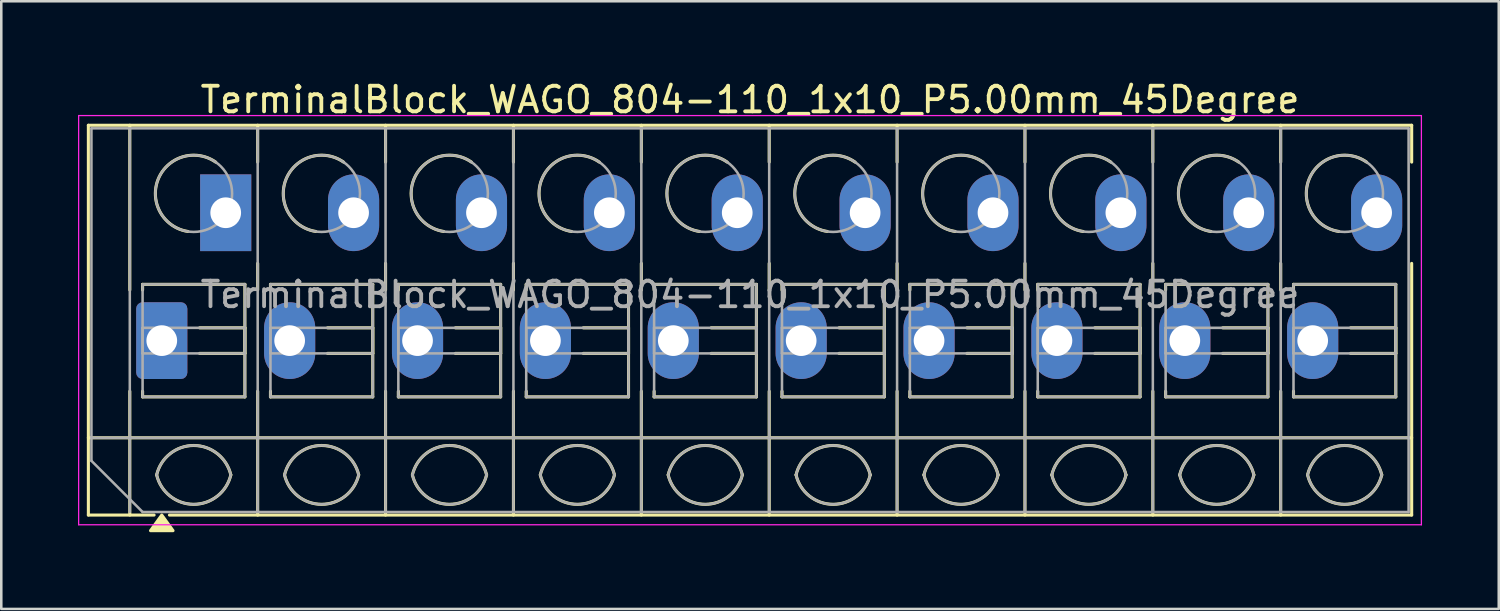
<source format=kicad_pcb>
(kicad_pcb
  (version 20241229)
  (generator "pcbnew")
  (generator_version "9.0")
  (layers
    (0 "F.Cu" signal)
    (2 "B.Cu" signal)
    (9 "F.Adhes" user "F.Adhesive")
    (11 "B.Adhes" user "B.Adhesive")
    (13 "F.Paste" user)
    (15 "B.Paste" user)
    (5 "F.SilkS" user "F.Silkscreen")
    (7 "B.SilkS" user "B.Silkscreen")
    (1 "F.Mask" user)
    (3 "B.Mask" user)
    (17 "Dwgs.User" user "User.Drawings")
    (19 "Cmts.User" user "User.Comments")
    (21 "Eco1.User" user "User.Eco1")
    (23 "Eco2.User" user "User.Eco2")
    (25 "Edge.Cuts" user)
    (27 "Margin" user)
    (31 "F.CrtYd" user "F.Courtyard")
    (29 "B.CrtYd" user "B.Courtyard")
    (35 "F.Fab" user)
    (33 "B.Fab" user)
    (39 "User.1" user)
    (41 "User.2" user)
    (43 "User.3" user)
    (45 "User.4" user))
  (footprint "TerminalBlock_WAGO_804-110_1x10_P5.00mm_45Degree"
    (layer "F.Cu")
    (at 3.275 10.268)
    (property "Reference" "TerminalBlock_WAGO_804-110_1x10_P5.00mm_45Degree" (at 23 -9.42 0) (layer "F.SilkS") (effects (font (size 1 1) (thickness 0.15))))
    (attr through_hole)
    (fp_line (start -2.87 -8.42) (end 48.87 -8.42) (stroke (width 0.12) (type solid)) (layer "F.SilkS"))
    (fp_line (start -2.87 3.8) (end 48.87 3.8) (stroke (width 0.12) (type solid)) (layer "F.SilkS"))
    (fp_line (start -2.87 6.82) (end -2.87 -8.42) (stroke (width 0.12) (type solid)) (layer "F.SilkS"))
    (fp_line (start -1.25 -8.42) (end -1.25 -1.98) (stroke (width 0.12) (type solid)) (layer "F.SilkS"))
    (fp_line (start -1.25 1.98) (end -1.25 6.82) (stroke (width 0.12) (type solid)) (layer "F.SilkS"))
    (fp_line (start -0.75 -2.2) (end 3.25 -2.2) (stroke (width 0.12) (type solid)) (layer "F.SilkS"))
    (fp_line (start -0.75 -1.98) (end -0.75 -2.2) (stroke (width 0.12) (type solid)) (layer "F.SilkS"))
    (fp_line (start -0.75 2.2) (end -0.75 1.98) (stroke (width 0.12) (type solid)) (layer "F.SilkS"))
    (fp_line (start -0.3 6.82) (end -2.87 6.82) (stroke (width 0.12) (type solid)) (layer "F.SilkS"))
    (fp_line (start 1.48 -0.5) (end 3.25 -0.5) (stroke (width 0.12) (type solid)) (layer "F.SilkS"))
    (fp_line (start 3.25 -2.2) (end 3.25 2.2) (stroke (width 0.12) (type solid)) (layer "F.SilkS"))
    (fp_line (start 3.25 -0.5) (end 3.25 0.5) (stroke (width 0.12) (type solid)) (layer "F.SilkS"))
    (fp_line (start 3.25 0.5) (end 1.48 0.5) (stroke (width 0.12) (type solid)) (layer "F.SilkS"))
    (fp_line (start 3.25 2.2) (end -0.75 2.2) (stroke (width 0.12) (type solid)) (layer "F.SilkS"))
    (fp_line (start 3.75 -8.42) (end 3.75 -6.98) (stroke (width 0.12) (type solid)) (layer "F.SilkS"))
    (fp_line (start 3.75 -3.02) (end 3.75 -1.98) (stroke (width 0.12) (type solid)) (layer "F.SilkS"))
    (fp_line (start 3.75 1.98) (end 3.75 6.82) (stroke (width 0.12) (type solid)) (layer "F.SilkS"))
    (fp_line (start 4.25 -2.2) (end 8.25 -2.2) (stroke (width 0.12) (type solid)) (layer "F.SilkS"))
    (fp_line (start 4.25 -1.98) (end 4.25 -2.2) (stroke (width 0.12) (type solid)) (layer "F.SilkS"))
    (fp_line (start 4.25 2.2) (end 4.25 1.98) (stroke (width 0.12) (type solid)) (layer "F.SilkS"))
    (fp_line (start 6.48 -0.5) (end 8.25 -0.5) (stroke (width 0.12) (type solid)) (layer "F.SilkS"))
    (fp_line (start 8.25 -2.2) (end 8.25 2.2) (stroke (width 0.12) (type solid)) (layer "F.SilkS"))
    (fp_line (start 8.25 -0.5) (end 8.25 0.5) (stroke (width 0.12) (type solid)) (layer "F.SilkS"))
    (fp_line (start 8.25 0.5) (end 6.48 0.5) (stroke (width 0.12) (type solid)) (layer "F.SilkS"))
    (fp_line (start 8.25 2.2) (end 4.25 2.2) (stroke (width 0.12) (type solid)) (layer "F.SilkS"))
    (fp_line (start 8.75 -8.42) (end 8.75 -6.98) (stroke (width 0.12) (type solid)) (layer "F.SilkS"))
    (fp_line (start 8.75 -3.02) (end 8.75 -1.98) (stroke (width 0.12) (type solid)) (layer "F.SilkS"))
    (fp_line (start 8.75 1.98) (end 8.75 6.82) (stroke (width 0.12) (type solid)) (layer "F.SilkS"))
    (fp_line (start 9.25 -2.2) (end 13.25 -2.2) (stroke (width 0.12) (type solid)) (layer "F.SilkS"))
    (fp_line (start 9.25 -1.98) (end 9.25 -2.2) (stroke (width 0.12) (type solid)) (layer "F.SilkS"))
    (fp_line (start 9.25 2.2) (end 9.25 1.98) (stroke (width 0.12) (type solid)) (layer "F.SilkS"))
    (fp_line (start 11.48 -0.5) (end 13.25 -0.5) (stroke (width 0.12) (type solid)) (layer "F.SilkS"))
    (fp_line (start 13.25 -2.2) (end 13.25 2.2) (stroke (width 0.12) (type solid)) (layer "F.SilkS"))
    (fp_line (start 13.25 -0.5) (end 13.25 0.5) (stroke (width 0.12) (type solid)) (layer "F.SilkS"))
    (fp_line (start 13.25 0.5) (end 11.48 0.5) (stroke (width 0.12) (type solid)) (layer "F.SilkS"))
    (fp_line (start 13.25 2.2) (end 9.25 2.2) (stroke (width 0.12) (type solid)) (layer "F.SilkS"))
    (fp_line (start 13.75 -8.42) (end 13.75 -6.98) (stroke (width 0.12) (type solid)) (layer "F.SilkS"))
    (fp_line (start 13.75 -3.02) (end 13.75 -1.98) (stroke (width 0.12) (type solid)) (layer "F.SilkS"))
    (fp_line (start 13.75 1.98) (end 13.75 6.82) (stroke (width 0.12) (type solid)) (layer "F.SilkS"))
    (fp_line (start 14.25 -2.2) (end 18.25 -2.2) (stroke (width 0.12) (type solid)) (layer "F.SilkS"))
    (fp_line (start 14.25 -1.98) (end 14.25 -2.2) (stroke (width 0.12) (type solid)) (layer "F.SilkS"))
    (fp_line (start 14.25 2.2) (end 14.25 1.98) (stroke (width 0.12) (type solid)) (layer "F.SilkS"))
    (fp_line (start 16.48 -0.5) (end 18.25 -0.5) (stroke (width 0.12) (type solid)) (layer "F.SilkS"))
    (fp_line (start 18.25 -2.2) (end 18.25 2.2) (stroke (width 0.12) (type solid)) (layer "F.SilkS"))
    (fp_line (start 18.25 -0.5) (end 18.25 0.5) (stroke (width 0.12) (type solid)) (layer "F.SilkS"))
    (fp_line (start 18.25 0.5) (end 16.48 0.5) (stroke (width 0.12) (type solid)) (layer "F.SilkS"))
    (fp_line (start 18.25 2.2) (end 14.25 2.2) (stroke (width 0.12) (type solid)) (layer "F.SilkS"))
    (fp_line (start 18.75 -8.42) (end 18.75 -6.98) (stroke (width 0.12) (type solid)) (layer "F.SilkS"))
    (fp_line (start 18.75 -3.02) (end 18.75 -1.98) (stroke (width 0.12) (type solid)) (layer "F.SilkS"))
    (fp_line (start 18.75 1.98) (end 18.75 6.82) (stroke (width 0.12) (type solid)) (layer "F.SilkS"))
    (fp_line (start 19.25 -2.2) (end 23.25 -2.2) (stroke (width 0.12) (type solid)) (layer "F.SilkS"))
    (fp_line (start 19.25 -1.98) (end 19.25 -2.2) (stroke (width 0.12) (type solid)) (layer "F.SilkS"))
    (fp_line (start 19.25 2.2) (end 19.25 1.98) (stroke (width 0.12) (type solid)) (layer "F.SilkS"))
    (fp_line (start 21.48 -0.5) (end 23.25 -0.5) (stroke (width 0.12) (type solid)) (layer "F.SilkS"))
    (fp_line (start 23.25 -2.2) (end 23.25 2.2) (stroke (width 0.12) (type solid)) (layer "F.SilkS"))
    (fp_line (start 23.25 -0.5) (end 23.25 0.5) (stroke (width 0.12) (type solid)) (layer "F.SilkS"))
    (fp_line (start 23.25 0.5) (end 21.48 0.5) (stroke (width 0.12) (type solid)) (layer "F.SilkS"))
    (fp_line (start 23.25 2.2) (end 19.25 2.2) (stroke (width 0.12) (type solid)) (layer "F.SilkS"))
    (fp_line (start 23.75 -8.42) (end 23.75 -6.98) (stroke (width 0.12) (type solid)) (layer "F.SilkS"))
    (fp_line (start 23.75 -3.02) (end 23.75 -1.98) (stroke (width 0.12) (type solid)) (layer "F.SilkS"))
    (fp_line (start 23.75 1.98) (end 23.75 6.82) (stroke (width 0.12) (type solid)) (layer "F.SilkS"))
    (fp_line (start 24.25 -2.2) (end 28.25 -2.2) (stroke (width 0.12) (type solid)) (layer "F.SilkS"))
    (fp_line (start 24.25 -1.98) (end 24.25 -2.2) (stroke (width 0.12) (type solid)) (layer "F.SilkS"))
    (fp_line (start 24.25 2.2) (end 24.25 1.98) (stroke (width 0.12) (type solid)) (layer "F.SilkS"))
    (fp_line (start 26.48 -0.5) (end 28.25 -0.5) (stroke (width 0.12) (type solid)) (layer "F.SilkS"))
    (fp_line (start 28.25 -2.2) (end 28.25 2.2) (stroke (width 0.12) (type solid)) (layer "F.SilkS"))
    (fp_line (start 28.25 -0.5) (end 28.25 0.5) (stroke (width 0.12) (type solid)) (layer "F.SilkS"))
    (fp_line (start 28.25 0.5) (end 26.48 0.5) (stroke (width 0.12) (type solid)) (layer "F.SilkS"))
    (fp_line (start 28.25 2.2) (end 24.25 2.2) (stroke (width 0.12) (type solid)) (layer "F.SilkS"))
    (fp_line (start 28.75 -8.42) (end 28.75 -6.98) (stroke (width 0.12) (type solid)) (layer "F.SilkS"))
    (fp_line (start 28.75 -3.02) (end 28.75 -1.98) (stroke (width 0.12) (type solid)) (layer "F.SilkS"))
    (fp_line (start 28.75 1.98) (end 28.75 6.82) (stroke (width 0.12) (type solid)) (layer "F.SilkS"))
    (fp_line (start 29.25 -2.2) (end 33.25 -2.2) (stroke (width 0.12) (type solid)) (layer "F.SilkS"))
    (fp_line (start 29.25 -1.98) (end 29.25 -2.2) (stroke (width 0.12) (type solid)) (layer "F.SilkS"))
    (fp_line (start 29.25 2.2) (end 29.25 1.98) (stroke (width 0.12) (type solid)) (layer "F.SilkS"))
    (fp_line (start 31.48 -0.5) (end 33.25 -0.5) (stroke (width 0.12) (type solid)) (layer "F.SilkS"))
    (fp_line (start 33.25 -2.2) (end 33.25 2.2) (stroke (width 0.12) (type solid)) (layer "F.SilkS"))
    (fp_line (start 33.25 -0.5) (end 33.25 0.5) (stroke (width 0.12) (type solid)) (layer "F.SilkS"))
    (fp_line (start 33.25 0.5) (end 31.48 0.5) (stroke (width 0.12) (type solid)) (layer "F.SilkS"))
    (fp_line (start 33.25 2.2) (end 29.25 2.2) (stroke (width 0.12) (type solid)) (layer "F.SilkS"))
    (fp_line (start 33.75 -8.42) (end 33.75 -6.98) (stroke (width 0.12) (type solid)) (layer "F.SilkS"))
    (fp_line (start 33.75 -3.02) (end 33.75 -1.98) (stroke (width 0.12) (type solid)) (layer "F.SilkS"))
    (fp_line (start 33.75 1.98) (end 33.75 6.82) (stroke (width 0.12) (type solid)) (layer "F.SilkS"))
    (fp_line (start 34.25 -2.2) (end 38.25 -2.2) (stroke (width 0.12) (type solid)) (layer "F.SilkS"))
    (fp_line (start 34.25 -1.98) (end 34.25 -2.2) (stroke (width 0.12) (type solid)) (layer "F.SilkS"))
    (fp_line (start 34.25 2.2) (end 34.25 1.98) (stroke (width 0.12) (type solid)) (layer "F.SilkS"))
    (fp_line (start 36.48 -0.5) (end 38.25 -0.5) (stroke (width 0.12) (type solid)) (layer "F.SilkS"))
    (fp_line (start 38.25 -2.2) (end 38.25 2.2) (stroke (width 0.12) (type solid)) (layer "F.SilkS"))
    (fp_line (start 38.25 -0.5) (end 38.25 0.5) (stroke (width 0.12) (type solid)) (layer "F.SilkS"))
    (fp_line (start 38.25 0.5) (end 36.48 0.5) (stroke (width 0.12) (type solid)) (layer "F.SilkS"))
    (fp_line (start 38.25 2.2) (end 34.25 2.2) (stroke (width 0.12) (type solid)) (layer "F.SilkS"))
    (fp_line (start 38.75 -8.42) (end 38.75 -6.98) (stroke (width 0.12) (type solid)) (layer "F.SilkS"))
    (fp_line (start 38.75 -3.02) (end 38.75 -1.98) (stroke (width 0.12) (type solid)) (layer "F.SilkS"))
    (fp_line (start 38.75 1.98) (end 38.75 6.82) (stroke (width 0.12) (type solid)) (layer "F.SilkS"))
    (fp_line (start 39.25 -2.2) (end 43.25 -2.2) (stroke (width 0.12) (type solid)) (layer "F.SilkS"))
    (fp_line (start 39.25 -1.98) (end 39.25 -2.2) (stroke (width 0.12) (type solid)) (layer "F.SilkS"))
    (fp_line (start 39.25 2.2) (end 39.25 1.98) (stroke (width 0.12) (type solid)) (layer "F.SilkS"))
    (fp_line (start 41.48 -0.5) (end 43.25 -0.5) (stroke (width 0.12) (type solid)) (layer "F.SilkS"))
    (fp_line (start 43.25 -2.2) (end 43.25 2.2) (stroke (width 0.12) (type solid)) (layer "F.SilkS"))
    (fp_line (start 43.25 -0.5) (end 43.25 0.5) (stroke (width 0.12) (type solid)) (layer "F.SilkS"))
    (fp_line (start 43.25 0.5) (end 41.48 0.5) (stroke (width 0.12) (type solid)) (layer "F.SilkS"))
    (fp_line (start 43.25 2.2) (end 39.25 2.2) (stroke (width 0.12) (type solid)) (layer "F.SilkS"))
    (fp_line (start 43.75 -8.42) (end 43.75 -6.98) (stroke (width 0.12) (type solid)) (layer "F.SilkS"))
    (fp_line (start 43.75 -3.02) (end 43.75 -1.98) (stroke (width 0.12) (type solid)) (layer "F.SilkS"))
    (fp_line (start 43.75 1.98) (end 43.75 6.82) (stroke (width 0.12) (type solid)) (layer "F.SilkS"))
    (fp_line (start 44.25 -2.2) (end 48.25 -2.2) (stroke (width 0.12) (type solid)) (layer "F.SilkS"))
    (fp_line (start 44.25 -1.98) (end 44.25 -2.2) (stroke (width 0.12) (type solid)) (layer "F.SilkS"))
    (fp_line (start 44.25 2.2) (end 44.25 1.98) (stroke (width 0.12) (type solid)) (layer "F.SilkS"))
    (fp_line (start 46.48 -0.5) (end 48.25 -0.5) (stroke (width 0.12) (type solid)) (layer "F.SilkS"))
    (fp_line (start 48.25 -2.2) (end 48.25 2.2) (stroke (width 0.12) (type solid)) (layer "F.SilkS"))
    (fp_line (start 48.25 -0.5) (end 48.25 0.5) (stroke (width 0.12) (type solid)) (layer "F.SilkS"))
    (fp_line (start 48.25 0.5) (end 46.48 0.5) (stroke (width 0.12) (type solid)) (layer "F.SilkS"))
    (fp_line (start 48.25 2.2) (end 44.25 2.2) (stroke (width 0.12) (type solid)) (layer "F.SilkS"))
    (fp_line (start 48.87 -8.42) (end 48.87 -6.98) (stroke (width 0.12) (type solid)) (layer "F.SilkS"))
    (fp_line (start 48.87 -3.02) (end 48.87 6.82) (stroke (width 0.12) (type solid)) (layer "F.SilkS"))
    (fp_line (start 48.87 6.82) (end 0.3 6.82) (stroke (width 0.12) (type solid)) (layer "F.SilkS"))
    (fp_arc (start -0.2 5.25) (mid 1.25 4.1) (end 2.7 5.25) (stroke (width 0.12) (type solid)) (layer "F.SilkS"))
    (fp_arc (start 1.02 -4.268) (mid -0.141916 -6.309209) (end 2.109 -6.98) (stroke (width 0.12) (type solid)) (layer "F.SilkS"))
    (fp_arc (start 2.7 5.25) (mid 1.25 6.4) (end -0.2 5.25) (stroke (width 0.12) (type solid)) (layer "F.SilkS"))
    (fp_arc (start 4.8 5.25) (mid 6.25 4.1) (end 7.7 5.25) (stroke (width 0.12) (type solid)) (layer "F.SilkS"))
    (fp_arc (start 6.02 -4.268) (mid 4.858084 -6.309209) (end 7.109 -6.98) (stroke (width 0.12) (type solid)) (layer "F.SilkS"))
    (fp_arc (start 7.7 5.25) (mid 6.25 6.4) (end 4.8 5.25) (stroke (width 0.12) (type solid)) (layer "F.SilkS"))
    (fp_arc (start 9.8 5.25) (mid 11.25 4.1) (end 12.7 5.25) (stroke (width 0.12) (type solid)) (layer "F.SilkS"))
    (fp_arc (start 11.02 -4.268) (mid 9.858084 -6.309209) (end 12.109 -6.98) (stroke (width 0.12) (type solid)) (layer "F.SilkS"))
    (fp_arc (start 12.7 5.25) (mid 11.25 6.4) (end 9.8 5.25) (stroke (width 0.12) (type solid)) (layer "F.SilkS"))
    (fp_arc (start 14.8 5.25) (mid 16.25 4.1) (end 17.7 5.25) (stroke (width 0.12) (type solid)) (layer "F.SilkS"))
    (fp_arc (start 16.02 -4.268) (mid 14.858084 -6.309209) (end 17.109 -6.98) (stroke (width 0.12) (type solid)) (layer "F.SilkS"))
    (fp_arc (start 17.7 5.25) (mid 16.25 6.4) (end 14.8 5.25) (stroke (width 0.12) (type solid)) (layer "F.SilkS"))
    (fp_arc (start 19.8 5.25) (mid 21.25 4.1) (end 22.7 5.25) (stroke (width 0.12) (type solid)) (layer "F.SilkS"))
    (fp_arc (start 21.02 -4.268) (mid 19.858084 -6.309209) (end 22.109 -6.98) (stroke (width 0.12) (type solid)) (layer "F.SilkS"))
    (fp_arc (start 22.7 5.25) (mid 21.25 6.4) (end 19.8 5.25) (stroke (width 0.12) (type solid)) (layer "F.SilkS"))
    (fp_arc (start 24.8 5.25) (mid 26.25 4.1) (end 27.7 5.25) (stroke (width 0.12) (type solid)) (layer "F.SilkS"))
    (fp_arc (start 26.02 -4.268) (mid 24.858084 -6.309209) (end 27.109 -6.98) (stroke (width 0.12) (type solid)) (layer "F.SilkS"))
    (fp_arc (start 27.7 5.25) (mid 26.25 6.4) (end 24.8 5.25) (stroke (width 0.12) (type solid)) (layer "F.SilkS"))
    (fp_arc (start 29.8 5.25) (mid 31.25 4.1) (end 32.7 5.25) (stroke (width 0.12) (type solid)) (layer "F.SilkS"))
    (fp_arc (start 31.02 -4.268) (mid 29.858084 -6.309209) (end 32.109 -6.98) (stroke (width 0.12) (type solid)) (layer "F.SilkS"))
    (fp_arc (start 32.7 5.25) (mid 31.25 6.4) (end 29.8 5.25) (stroke (width 0.12) (type solid)) (layer "F.SilkS"))
    (fp_arc (start 34.8 5.25) (mid 36.25 4.1) (end 37.7 5.25) (stroke (width 0.12) (type solid)) (layer "F.SilkS"))
    (fp_arc (start 36.02 -4.268) (mid 34.858084 -6.309209) (end 37.109 -6.98) (stroke (width 0.12) (type solid)) (layer "F.SilkS"))
    (fp_arc (start 37.7 5.25) (mid 36.25 6.4) (end 34.8 5.25) (stroke (width 0.12) (type solid)) (layer "F.SilkS"))
    (fp_arc (start 39.8 5.25) (mid 41.25 4.1) (end 42.7 5.25) (stroke (width 0.12) (type solid)) (layer "F.SilkS"))
    (fp_arc (start 41.02 -4.268) (mid 39.858084 -6.309209) (end 42.109 -6.98) (stroke (width 0.12) (type solid)) (layer "F.SilkS"))
    (fp_arc (start 42.7 5.25) (mid 41.25 6.4) (end 39.8 5.25) (stroke (width 0.12) (type solid)) (layer "F.SilkS"))
    (fp_arc (start 44.8 5.25) (mid 46.25 4.1) (end 47.7 5.25) (stroke (width 0.12) (type solid)) (layer "F.SilkS"))
    (fp_arc (start 46.02 -4.268) (mid 44.858084 -6.309209) (end 47.109 -6.98) (stroke (width 0.12) (type solid)) (layer "F.SilkS"))
    (fp_arc (start 47.7 5.25) (mid 46.25 6.4) (end 44.8 5.25) (stroke (width 0.12) (type solid)) (layer "F.SilkS"))
    (fp_poly (pts (xy 0 6.82) (xy 0.44 7.43) (xy -0.44 7.43)) (stroke (width 0.12) (type solid)) (fill yes) (layer "F.SilkS"))
    (fp_line (start -3.25 -8.8) (end -3.25 7.2) (stroke (width 0.05) (type solid)) (layer "F.CrtYd"))
    (fp_line (start -3.25 7.2) (end 49.25 7.2) (stroke (width 0.05) (type solid)) (layer "F.CrtYd"))
    (fp_line (start 49.25 -8.8) (end -3.25 -8.8) (stroke (width 0.05) (type solid)) (layer "F.CrtYd"))
    (fp_line (start 49.25 7.2) (end 49.25 -8.8) (stroke (width 0.05) (type solid)) (layer "F.CrtYd"))
    (fp_line (start -2.75 -8.3) (end 48.75 -8.3) (stroke (width 0.1) (type solid)) (layer "F.Fab"))
    (fp_line (start -2.75 3.8) (end 48.75 3.8) (stroke (width 0.1) (type solid)) (layer "F.Fab"))
    (fp_line (start -2.75 4.7) (end -2.75 -8.3) (stroke (width 0.1) (type solid)) (layer "F.Fab"))
    (fp_line (start -1.25 -8.3) (end -1.25 6.7) (stroke (width 0.1) (type solid)) (layer "F.Fab"))
    (fp_line (start -0.75 -2.2) (end -0.75 2.2) (stroke (width 0.1) (type solid)) (layer "F.Fab"))
    (fp_line (start -0.75 -0.5) (end -0.75 0.5) (stroke (width 0.1) (type solid)) (layer "F.Fab"))
    (fp_line (start -0.75 0.5) (end 3.25 0.5) (stroke (width 0.1) (type solid)) (layer "F.Fab"))
    (fp_line (start -0.75 2.2) (end 3.25 2.2) (stroke (width 0.1) (type solid)) (layer "F.Fab"))
    (fp_line (start -0.75 6.7) (end -2.75 4.7) (stroke (width 0.1) (type solid)) (layer "F.Fab"))
    (fp_line (start 3.25 -2.2) (end -0.75 -2.2) (stroke (width 0.1) (type solid)) (layer "F.Fab"))
    (fp_line (start 3.25 -0.5) (end -0.75 -0.5) (stroke (width 0.1) (type solid)) (layer "F.Fab"))
    (fp_line (start 3.25 0.5) (end 3.25 -0.5) (stroke (width 0.1) (type solid)) (layer "F.Fab"))
    (fp_line (start 3.25 2.2) (end 3.25 -2.2) (stroke (width 0.1) (type solid)) (layer "F.Fab"))
    (fp_line (start 3.75 -8.3) (end 3.75 6.7) (stroke (width 0.1) (type solid)) (layer "F.Fab"))
    (fp_line (start 4.25 -2.2) (end 4.25 2.2) (stroke (width 0.1) (type solid)) (layer "F.Fab"))
    (fp_line (start 4.25 -0.5) (end 4.25 0.5) (stroke (width 0.1) (type solid)) (layer "F.Fab"))
    (fp_line (start 4.25 0.5) (end 8.25 0.5) (stroke (width 0.1) (type solid)) (layer "F.Fab"))
    (fp_line (start 4.25 2.2) (end 8.25 2.2) (stroke (width 0.1) (type solid)) (layer "F.Fab"))
    (fp_line (start 8.25 -2.2) (end 4.25 -2.2) (stroke (width 0.1) (type solid)) (layer "F.Fab"))
    (fp_line (start 8.25 -0.5) (end 4.25 -0.5) (stroke (width 0.1) (type solid)) (layer "F.Fab"))
    (fp_line (start 8.25 0.5) (end 8.25 -0.5) (stroke (width 0.1) (type solid)) (layer "F.Fab"))
    (fp_line (start 8.25 2.2) (end 8.25 -2.2) (stroke (width 0.1) (type solid)) (layer "F.Fab"))
    (fp_line (start 8.75 -8.3) (end 8.75 6.7) (stroke (width 0.1) (type solid)) (layer "F.Fab"))
    (fp_line (start 9.25 -2.2) (end 9.25 2.2) (stroke (width 0.1) (type solid)) (layer "F.Fab"))
    (fp_line (start 9.25 -0.5) (end 9.25 0.5) (stroke (width 0.1) (type solid)) (layer "F.Fab"))
    (fp_line (start 9.25 0.5) (end 13.25 0.5) (stroke (width 0.1) (type solid)) (layer "F.Fab"))
    (fp_line (start 9.25 2.2) (end 13.25 2.2) (stroke (width 0.1) (type solid)) (layer "F.Fab"))
    (fp_line (start 13.25 -2.2) (end 9.25 -2.2) (stroke (width 0.1) (type solid)) (layer "F.Fab"))
    (fp_line (start 13.25 -0.5) (end 9.25 -0.5) (stroke (width 0.1) (type solid)) (layer "F.Fab"))
    (fp_line (start 13.25 0.5) (end 13.25 -0.5) (stroke (width 0.1) (type solid)) (layer "F.Fab"))
    (fp_line (start 13.25 2.2) (end 13.25 -2.2) (stroke (width 0.1) (type solid)) (layer "F.Fab"))
    (fp_line (start 13.75 -8.3) (end 13.75 6.7) (stroke (width 0.1) (type solid)) (layer "F.Fab"))
    (fp_line (start 14.25 -2.2) (end 14.25 2.2) (stroke (width 0.1) (type solid)) (layer "F.Fab"))
    (fp_line (start 14.25 -0.5) (end 14.25 0.5) (stroke (width 0.1) (type solid)) (layer "F.Fab"))
    (fp_line (start 14.25 0.5) (end 18.25 0.5) (stroke (width 0.1) (type solid)) (layer "F.Fab"))
    (fp_line (start 14.25 2.2) (end 18.25 2.2) (stroke (width 0.1) (type solid)) (layer "F.Fab"))
    (fp_line (start 18.25 -2.2) (end 14.25 -2.2) (stroke (width 0.1) (type solid)) (layer "F.Fab"))
    (fp_line (start 18.25 -0.5) (end 14.25 -0.5) (stroke (width 0.1) (type solid)) (layer "F.Fab"))
    (fp_line (start 18.25 0.5) (end 18.25 -0.5) (stroke (width 0.1) (type solid)) (layer "F.Fab"))
    (fp_line (start 18.25 2.2) (end 18.25 -2.2) (stroke (width 0.1) (type solid)) (layer "F.Fab"))
    (fp_line (start 18.75 -8.3) (end 18.75 6.7) (stroke (width 0.1) (type solid)) (layer "F.Fab"))
    (fp_line (start 19.25 -2.2) (end 19.25 2.2) (stroke (width 0.1) (type solid)) (layer "F.Fab"))
    (fp_line (start 19.25 -0.5) (end 19.25 0.5) (stroke (width 0.1) (type solid)) (layer "F.Fab"))
    (fp_line (start 19.25 0.5) (end 23.25 0.5) (stroke (width 0.1) (type solid)) (layer "F.Fab"))
    (fp_line (start 19.25 2.2) (end 23.25 2.2) (stroke (width 0.1) (type solid)) (layer "F.Fab"))
    (fp_line (start 23.25 -2.2) (end 19.25 -2.2) (stroke (width 0.1) (type solid)) (layer "F.Fab"))
    (fp_line (start 23.25 -0.5) (end 19.25 -0.5) (stroke (width 0.1) (type solid)) (layer "F.Fab"))
    (fp_line (start 23.25 0.5) (end 23.25 -0.5) (stroke (width 0.1) (type solid)) (layer "F.Fab"))
    (fp_line (start 23.25 2.2) (end 23.25 -2.2) (stroke (width 0.1) (type solid)) (layer "F.Fab"))
    (fp_line (start 23.75 -8.3) (end 23.75 6.7) (stroke (width 0.1) (type solid)) (layer "F.Fab"))
    (fp_line (start 24.25 -2.2) (end 24.25 2.2) (stroke (width 0.1) (type solid)) (layer "F.Fab"))
    (fp_line (start 24.25 -0.5) (end 24.25 0.5) (stroke (width 0.1) (type solid)) (layer "F.Fab"))
    (fp_line (start 24.25 0.5) (end 28.25 0.5) (stroke (width 0.1) (type solid)) (layer "F.Fab"))
    (fp_line (start 24.25 2.2) (end 28.25 2.2) (stroke (width 0.1) (type solid)) (layer "F.Fab"))
    (fp_line (start 28.25 -2.2) (end 24.25 -2.2) (stroke (width 0.1) (type solid)) (layer "F.Fab"))
    (fp_line (start 28.25 -0.5) (end 24.25 -0.5) (stroke (width 0.1) (type solid)) (layer "F.Fab"))
    (fp_line (start 28.25 0.5) (end 28.25 -0.5) (stroke (width 0.1) (type solid)) (layer "F.Fab"))
    (fp_line (start 28.25 2.2) (end 28.25 -2.2) (stroke (width 0.1) (type solid)) (layer "F.Fab"))
    (fp_line (start 28.75 -8.3) (end 28.75 6.7) (stroke (width 0.1) (type solid)) (layer "F.Fab"))
    (fp_line (start 29.25 -2.2) (end 29.25 2.2) (stroke (width 0.1) (type solid)) (layer "F.Fab"))
    (fp_line (start 29.25 -0.5) (end 29.25 0.5) (stroke (width 0.1) (type solid)) (layer "F.Fab"))
    (fp_line (start 29.25 0.5) (end 33.25 0.5) (stroke (width 0.1) (type solid)) (layer "F.Fab"))
    (fp_line (start 29.25 2.2) (end 33.25 2.2) (stroke (width 0.1) (type solid)) (layer "F.Fab"))
    (fp_line (start 33.25 -2.2) (end 29.25 -2.2) (stroke (width 0.1) (type solid)) (layer "F.Fab"))
    (fp_line (start 33.25 -0.5) (end 29.25 -0.5) (stroke (width 0.1) (type solid)) (layer "F.Fab"))
    (fp_line (start 33.25 0.5) (end 33.25 -0.5) (stroke (width 0.1) (type solid)) (layer "F.Fab"))
    (fp_line (start 33.25 2.2) (end 33.25 -2.2) (stroke (width 0.1) (type solid)) (layer "F.Fab"))
    (fp_line (start 33.75 -8.3) (end 33.75 6.7) (stroke (width 0.1) (type solid)) (layer "F.Fab"))
    (fp_line (start 34.25 -2.2) (end 34.25 2.2) (stroke (width 0.1) (type solid)) (layer "F.Fab"))
    (fp_line (start 34.25 -0.5) (end 34.25 0.5) (stroke (width 0.1) (type solid)) (layer "F.Fab"))
    (fp_line (start 34.25 0.5) (end 38.25 0.5) (stroke (width 0.1) (type solid)) (layer "F.Fab"))
    (fp_line (start 34.25 2.2) (end 38.25 2.2) (stroke (width 0.1) (type solid)) (layer "F.Fab"))
    (fp_line (start 38.25 -2.2) (end 34.25 -2.2) (stroke (width 0.1) (type solid)) (layer "F.Fab"))
    (fp_line (start 38.25 -0.5) (end 34.25 -0.5) (stroke (width 0.1) (type solid)) (layer "F.Fab"))
    (fp_line (start 38.25 0.5) (end 38.25 -0.5) (stroke (width 0.1) (type solid)) (layer "F.Fab"))
    (fp_line (start 38.25 2.2) (end 38.25 -2.2) (stroke (width 0.1) (type solid)) (layer "F.Fab"))
    (fp_line (start 38.75 -8.3) (end 38.75 6.7) (stroke (width 0.1) (type solid)) (layer "F.Fab"))
    (fp_line (start 39.25 -2.2) (end 39.25 2.2) (stroke (width 0.1) (type solid)) (layer "F.Fab"))
    (fp_line (start 39.25 -0.5) (end 39.25 0.5) (stroke (width 0.1) (type solid)) (layer "F.Fab"))
    (fp_line (start 39.25 0.5) (end 43.25 0.5) (stroke (width 0.1) (type solid)) (layer "F.Fab"))
    (fp_line (start 39.25 2.2) (end 43.25 2.2) (stroke (width 0.1) (type solid)) (layer "F.Fab"))
    (fp_line (start 43.25 -2.2) (end 39.25 -2.2) (stroke (width 0.1) (type solid)) (layer "F.Fab"))
    (fp_line (start 43.25 -0.5) (end 39.25 -0.5) (stroke (width 0.1) (type solid)) (layer "F.Fab"))
    (fp_line (start 43.25 0.5) (end 43.25 -0.5) (stroke (width 0.1) (type solid)) (layer "F.Fab"))
    (fp_line (start 43.25 2.2) (end 43.25 -2.2) (stroke (width 0.1) (type solid)) (layer "F.Fab"))
    (fp_line (start 43.75 -8.3) (end 43.75 6.7) (stroke (width 0.1) (type solid)) (layer "F.Fab"))
    (fp_line (start 44.25 -2.2) (end 44.25 2.2) (stroke (width 0.1) (type solid)) (layer "F.Fab"))
    (fp_line (start 44.25 -0.5) (end 44.25 0.5) (stroke (width 0.1) (type solid)) (layer "F.Fab"))
    (fp_line (start 44.25 0.5) (end 48.25 0.5) (stroke (width 0.1) (type solid)) (layer "F.Fab"))
    (fp_line (start 44.25 2.2) (end 48.25 2.2) (stroke (width 0.1) (type solid)) (layer "F.Fab"))
    (fp_line (start 48.25 -2.2) (end 44.25 -2.2) (stroke (width 0.1) (type solid)) (layer "F.Fab"))
    (fp_line (start 48.25 -0.5) (end 44.25 -0.5) (stroke (width 0.1) (type solid)) (layer "F.Fab"))
    (fp_line (start 48.25 0.5) (end 48.25 -0.5) (stroke (width 0.1) (type solid)) (layer "F.Fab"))
    (fp_line (start 48.25 2.2) (end 48.25 -2.2) (stroke (width 0.1) (type solid)) (layer "F.Fab"))
    (fp_line (start 48.75 -8.3) (end 48.75 6.7) (stroke (width 0.1) (type solid)) (layer "F.Fab"))
    (fp_line (start 48.75 6.7) (end -0.75 6.7) (stroke (width 0.1) (type solid)) (layer "F.Fab"))
    (fp_arc (start -0.2 5.25) (mid 1.25 4.1) (end 2.7 5.25) (stroke (width 0.1) (type solid)) (layer "F.Fab"))
    (fp_arc (start 2.7 5.25) (mid 1.25 6.4) (end -0.2 5.25) (stroke (width 0.1) (type solid)) (layer "F.Fab"))
    (fp_arc (start 4.8 5.25) (mid 6.25 4.1) (end 7.7 5.25) (stroke (width 0.1) (type solid)) (layer "F.Fab"))
    (fp_arc (start 7.7 5.25) (mid 6.25 6.4) (end 4.8 5.25) (stroke (width 0.1) (type solid)) (layer "F.Fab"))
    (fp_arc (start 9.8 5.25) (mid 11.25 4.1) (end 12.7 5.25) (stroke (width 0.1) (type solid)) (layer "F.Fab"))
    (fp_arc (start 12.7 5.25) (mid 11.25 6.4) (end 9.8 5.25) (stroke (width 0.1) (type solid)) (layer "F.Fab"))
    (fp_arc (start 14.8 5.25) (mid 16.25 4.1) (end 17.7 5.25) (stroke (width 0.1) (type solid)) (layer "F.Fab"))
    (fp_arc (start 17.7 5.25) (mid 16.25 6.4) (end 14.8 5.25) (stroke (width 0.1) (type solid)) (layer "F.Fab"))
    (fp_arc (start 19.8 5.25) (mid 21.25 4.1) (end 22.7 5.25) (stroke (width 0.1) (type solid)) (layer "F.Fab"))
    (fp_arc (start 22.7 5.25) (mid 21.25 6.4) (end 19.8 5.25) (stroke (width 0.1) (type solid)) (layer "F.Fab"))
    (fp_arc (start 24.8 5.25) (mid 26.25 4.1) (end 27.7 5.25) (stroke (width 0.1) (type solid)) (layer "F.Fab"))
    (fp_arc (start 27.7 5.25) (mid 26.25 6.4) (end 24.8 5.25) (stroke (width 0.1) (type solid)) (layer "F.Fab"))
    (fp_arc (start 29.8 5.25) (mid 31.25 4.1) (end 32.7 5.25) (stroke (width 0.1) (type solid)) (layer "F.Fab"))
    (fp_arc (start 32.7 5.25) (mid 31.25 6.4) (end 29.8 5.25) (stroke (width 0.1) (type solid)) (layer "F.Fab"))
    (fp_arc (start 34.8 5.25) (mid 36.25 4.1) (end 37.7 5.25) (stroke (width 0.1) (type solid)) (layer "F.Fab"))
    (fp_arc (start 37.7 5.25) (mid 36.25 6.4) (end 34.8 5.25) (stroke (width 0.1) (type solid)) (layer "F.Fab"))
    (fp_arc (start 39.8 5.25) (mid 41.25 4.1) (end 42.7 5.25) (stroke (width 0.1) (type solid)) (layer "F.Fab"))
    (fp_arc (start 42.7 5.25) (mid 41.25 6.4) (end 39.8 5.25) (stroke (width 0.1) (type solid)) (layer "F.Fab"))
    (fp_arc (start 44.8 5.25) (mid 46.25 4.1) (end 47.7 5.25) (stroke (width 0.1) (type solid)) (layer "F.Fab"))
    (fp_arc (start 47.7 5.25) (mid 46.25 6.4) (end 44.8 5.25) (stroke (width 0.1) (type solid)) (layer "F.Fab"))
    (fp_circle (center 1.25 -5.75) (end 2.75 -5.75) (stroke (width 0.1) (type solid)) (fill no) (layer "F.Fab"))
    (fp_circle (center 6.25 -5.75) (end 7.75 -5.75) (stroke (width 0.1) (type solid)) (fill no) (layer "F.Fab"))
    (fp_circle (center 11.25 -5.75) (end 12.75 -5.75) (stroke (width 0.1) (type solid)) (fill no) (layer "F.Fab"))
    (fp_circle (center 16.25 -5.75) (end 17.75 -5.75) (stroke (width 0.1) (type solid)) (fill no) (layer "F.Fab"))
    (fp_circle (center 21.25 -5.75) (end 22.75 -5.75) (stroke (width 0.1) (type solid)) (fill no) (layer "F.Fab"))
    (fp_circle (center 26.25 -5.75) (end 27.75 -5.75) (stroke (width 0.1) (type solid)) (fill no) (layer "F.Fab"))
    (fp_circle (center 31.25 -5.75) (end 32.75 -5.75) (stroke (width 0.1) (type solid)) (fill no) (layer "F.Fab"))
    (fp_circle (center 36.25 -5.75) (end 37.75 -5.75) (stroke (width 0.1) (type solid)) (fill no) (layer "F.Fab"))
    (fp_circle (center 41.25 -5.75) (end 42.75 -5.75) (stroke (width 0.1) (type solid)) (fill no) (layer "F.Fab"))
    (fp_circle (center 46.25 -5.75) (end 47.75 -5.75) (stroke (width 0.1) (type solid)) (fill no) (layer "F.Fab"))
    (fp_text user "${REFERENCE}" (at 23 -1.8 0) (layer "F.Fab") (effects (font (size 1 1) (thickness 0.15))))
    (pad "1" thru_hole roundrect (at 0 0) (size 2 3) (drill 1.2) (layers "*.Cu" "*.Mask") (roundrect_rratio 0.125))
    (pad "1" thru_hole rect (at 2.5 -5) (size 2 3) (drill 1.2) (layers "*.Cu" "*.Mask"))
    (pad "2" thru_hole oval (at 5 0) (size 2 3) (drill 1.2) (layers "*.Cu" "*.Mask"))
    (pad "2" thru_hole oval (at 7.5 -5) (size 2 3) (drill 1.2) (layers "*.Cu" "*.Mask"))
    (pad "3" thru_hole oval (at 10 0) (size 2 3) (drill 1.2) (layers "*.Cu" "*.Mask"))
    (pad "3" thru_hole oval (at 12.5 -5) (size 2 3) (drill 1.2) (layers "*.Cu" "*.Mask"))
    (pad "4" thru_hole oval (at 15 0) (size 2 3) (drill 1.2) (layers "*.Cu" "*.Mask"))
    (pad "4" thru_hole oval (at 17.5 -5) (size 2 3) (drill 1.2) (layers "*.Cu" "*.Mask"))
    (pad "5" thru_hole oval (at 20 0) (size 2 3) (drill 1.2) (layers "*.Cu" "*.Mask"))
    (pad "5" thru_hole oval (at 22.5 -5) (size 2 3) (drill 1.2) (layers "*.Cu" "*.Mask"))
    (pad "6" thru_hole oval (at 25 0) (size 2 3) (drill 1.2) (layers "*.Cu" "*.Mask"))
    (pad "6" thru_hole oval (at 27.5 -5) (size 2 3) (drill 1.2) (layers "*.Cu" "*.Mask"))
    (pad "7" thru_hole oval (at 30 0) (size 2 3) (drill 1.2) (layers "*.Cu" "*.Mask"))
    (pad "7" thru_hole oval (at 32.5 -5) (size 2 3) (drill 1.2) (layers "*.Cu" "*.Mask"))
    (pad "8" thru_hole oval (at 35 0) (size 2 3) (drill 1.2) (layers "*.Cu" "*.Mask"))
    (pad "8" thru_hole oval (at 37.5 -5) (size 2 3) (drill 1.2) (layers "*.Cu" "*.Mask"))
    (pad "9" thru_hole oval (at 40 0) (size 2 3) (drill 1.2) (layers "*.Cu" "*.Mask"))
    (pad "9" thru_hole oval (at 42.5 -5) (size 2 3) (drill 1.2) (layers "*.Cu" "*.Mask"))
    (pad "10" thru_hole oval (at 45 0) (size 2 3) (drill 1.2) (layers "*.Cu" "*.Mask"))
    (pad "10" thru_hole oval (at 47.5 -5) (size 2 3) (drill 1.2) (layers "*.Cu" "*.Mask")))
  (gr_rect
    (start -3 -3)
    (end 55.55 20.758)
    (stroke (width 0.1) (type default))
    (fill no)
    (layer "Edge.Cuts")))
</source>
